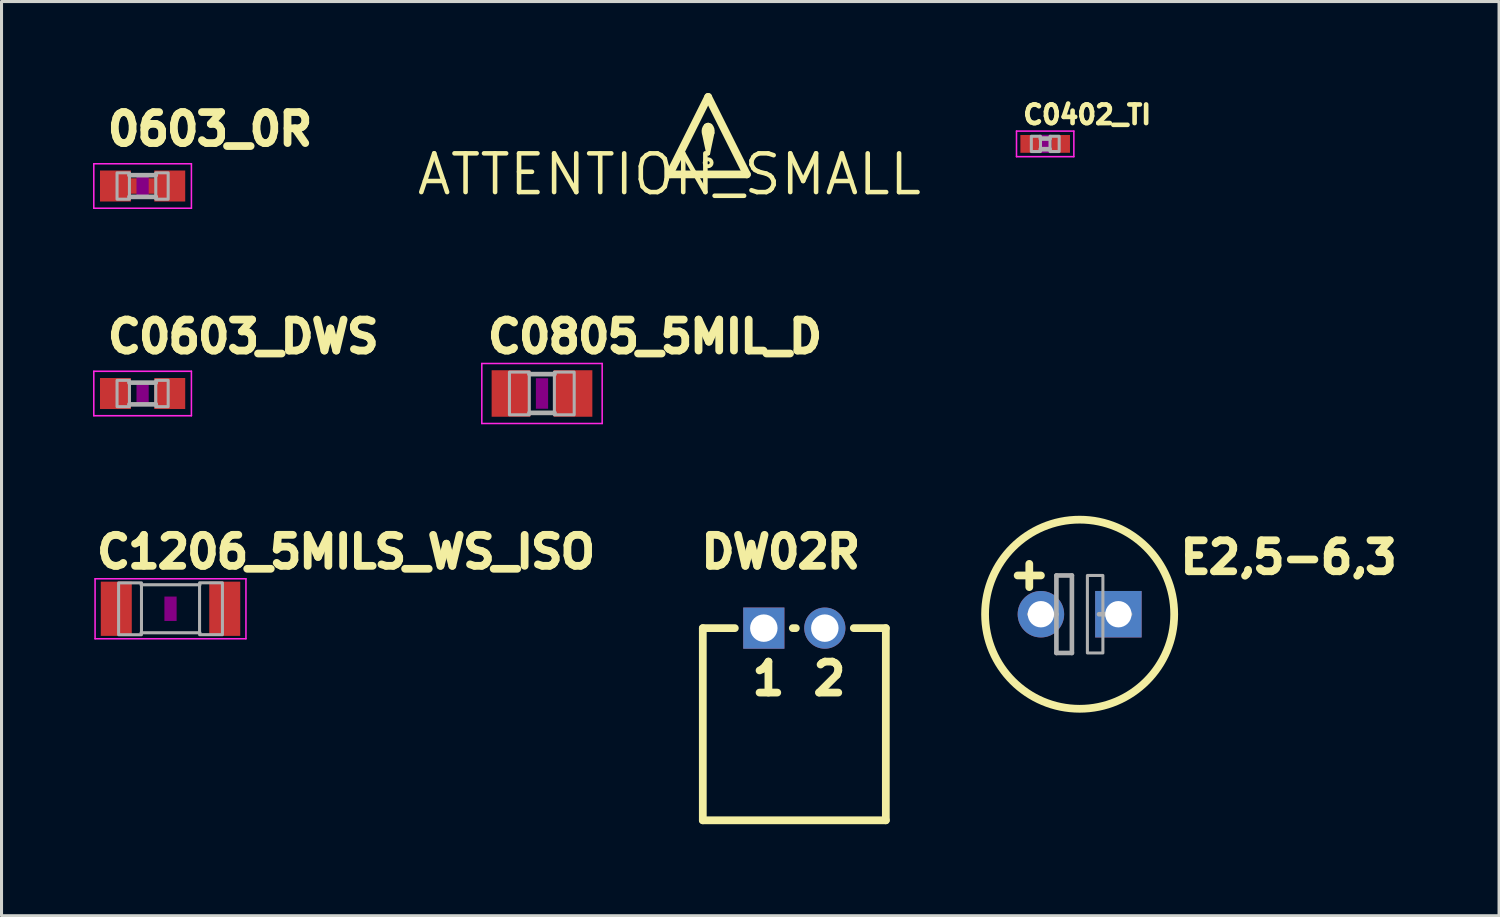
<source format=kicad_pcb>
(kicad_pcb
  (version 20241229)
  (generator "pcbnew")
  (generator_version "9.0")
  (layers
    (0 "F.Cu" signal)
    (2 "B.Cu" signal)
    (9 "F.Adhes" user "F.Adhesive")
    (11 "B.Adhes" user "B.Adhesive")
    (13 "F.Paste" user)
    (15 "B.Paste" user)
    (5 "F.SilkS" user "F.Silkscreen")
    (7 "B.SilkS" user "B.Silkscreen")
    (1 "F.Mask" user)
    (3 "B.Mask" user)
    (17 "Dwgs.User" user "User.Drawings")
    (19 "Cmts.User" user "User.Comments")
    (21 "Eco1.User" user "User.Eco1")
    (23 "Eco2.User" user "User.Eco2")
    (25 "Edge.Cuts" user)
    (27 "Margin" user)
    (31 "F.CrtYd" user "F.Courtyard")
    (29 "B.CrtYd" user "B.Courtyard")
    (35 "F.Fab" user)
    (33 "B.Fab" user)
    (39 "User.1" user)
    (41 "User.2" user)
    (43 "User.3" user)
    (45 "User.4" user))
  (footprint "DW02R"
    (layer "F.Cu")
    (at 22.99 17.542)
    (property "Reference" "DW02R" (at -3.175 -1.905 0) (layer "F.SilkS") (effects (font (size 1.016 1.016) (thickness 0.254)) (justify left bottom)))
    (fp_line (start -3 0) (end -1.95 0) (stroke (width 0.254) (type solid)) (layer "F.SilkS"))
    (fp_line (start -3 6.3) (end -3 0) (stroke (width 0.254) (type solid)) (layer "F.SilkS"))
    (fp_line (start -0.05 0) (end 0.05 0) (stroke (width 0.254) (type solid)) (layer "F.SilkS"))
    (fp_line (start 1.95 0) (end 3 0) (stroke (width 0.254) (type solid)) (layer "F.SilkS"))
    (fp_line (start 3 0) (end 3 6.3) (stroke (width 0.254) (type solid)) (layer "F.SilkS"))
    (fp_line (start 3 6.3) (end -3 6.3) (stroke (width 0.254) (type solid)) (layer "F.SilkS"))
    (fp_text user "2" (at 0.5 2.25 0) (layer "F.SilkS") (effects (font (size 1.016 1.016) (thickness 0.254)) (justify left bottom)))
    (fp_text user "1" (at -1.5 2.25 0) (layer "F.SilkS") (effects (font (size 1.016 1.016) (thickness 0.254)) (justify left bottom)))
    (pad "1" thru_hole rect (at -1 0) (size 1.35 1.35) (drill 0.9) (layers "*.Cu" "*.Mask"))
    (pad "2" thru_hole circle (at 1 0) (size 1.35 1.35) (drill 0.9) (layers "*.Cu" "*.Mask")))
  (footprint "ATTENTION_SMALL"
    (layer "F.Cu")
    (at 18.895 2.667)
    (property "Reference" "ATTENTION_SMALL" (at 0 0 0) (layer "F.SilkS") (effects (font (size 1.27 1.27) (thickness 0.15))))
    (fp_line (start 0 0) (end 1.27 -2.54) (stroke (width 0.254) (type solid)) (layer "F.SilkS"))
    (fp_line (start 1.219 -1.575) (end 1.219 -1.143) (stroke (width 0.127) (type solid)) (layer "F.SilkS"))
    (fp_line (start 1.27 -2.54) (end 2.54 0) (stroke (width 0.254) (type solid)) (layer "F.SilkS"))
    (fp_line (start 1.27 -1.626) (end 1.27 -0.686) (stroke (width 0.127) (type solid)) (layer "F.SilkS"))
    (fp_line (start 1.27 -0.686) (end 1.127 -1.359) (stroke (width 0.127) (type solid)) (layer "F.SilkS"))
    (fp_line (start 1.28 -1.626) (end 1.26 -1.626) (stroke (width 0.127) (type solid)) (layer "F.SilkS"))
    (fp_line (start 1.321 -1.549) (end 1.321 -1.092) (stroke (width 0.127) (type solid)) (layer "F.SilkS"))
    (fp_line (start 1.413 -1.359) (end 1.27 -0.686) (stroke (width 0.127) (type solid)) (layer "F.SilkS"))
    (fp_line (start 2.54 0) (end 0 0) (stroke (width 0.254) (type solid)) (layer "F.SilkS"))
    (fp_arc (start 1.1271 -1.359) (mid 1.128703 -1.488452) (end 1.1939 -1.6003) (stroke (width 0.127) (type solid)) (layer "F.SilkS"))
    (fp_arc (start 1.1939 -1.6003) (mid 1.234631 -1.621565) (end 1.280401 -1.625599) (stroke (width 0.127) (type solid)) (layer "F.SilkS"))
    (fp_arc (start 1.2596 -1.6256) (mid 1.305371 -1.621565) (end 1.346101 -1.600299) (stroke (width 0.127) (type solid)) (layer "F.SilkS"))
    (fp_arc (start 1.3461 -1.6003) (mid 1.411297 -1.488452) (end 1.4129 -1.358999) (stroke (width 0.127) (type solid)) (layer "F.SilkS"))
    (fp_circle (center 1.27 -0.381) (end 1.321 -0.381) (stroke (width 0.127) (type solid)) (fill no) (layer "F.SilkS")))
  (footprint "C1206_5MILS_WS_ISO"
    (layer "F.Cu")
    (at 2.54 16.907)
    (property "Reference" "C1206_5MILS_WS_ISO" (at -2.54 -1.27 0) (layer "F.SilkS") (effects (font (size 1.016 1.016) (thickness 0.254)) (justify left bottom)))
    (fp_poly (pts (xy -0.2 0.4) (xy 0.2 0.4) (xy 0.2 -0.4) (xy -0.2 -0.4)) (stroke (width 0) (type solid)) (fill yes) (layer "F.Adhes"))
    (fp_line (start -2.473 -0.983) (end 2.473 -0.983) (stroke (width 0.051) (type solid)) (layer "F.CrtYd"))
    (fp_line (start -2.473 0.983) (end -2.473 -0.983) (stroke (width 0.051) (type solid)) (layer "F.CrtYd"))
    (fp_line (start 2.473 -0.983) (end 2.473 0.983) (stroke (width 0.051) (type solid)) (layer "F.CrtYd"))
    (fp_line (start 2.473 0.983) (end -2.473 0.983) (stroke (width 0.051) (type solid)) (layer "F.CrtYd"))
    (fp_line (start -0.965 -0.787) (end 0.965 -0.787) (stroke (width 0.102) (type solid)) (layer "F.Fab"))
    (fp_line (start -0.965 0.787) (end 0.965 0.787) (stroke (width 0.102) (type solid)) (layer "F.Fab"))
    (fp_poly (pts (xy -1.702 0.851) (xy -0.952 0.851) (xy -0.952 -0.849) (xy -1.702 -0.849)) (stroke (width 0.1) (type solid)) (fill no) (layer "F.Fab"))
    (fp_poly (pts (xy 0.952 0.849) (xy 1.702 0.849) (xy 1.702 -0.851) (xy 0.952 -0.851)) (stroke (width 0.1) (type solid)) (fill no) (layer "F.Fab"))
    (pad "1" smd rect (at -1.778 0) (size 1.016 1.778) (layers "F.Cu" "F.Mask" "F.Paste"))
    (pad "2" smd rect (at 1.778 0) (size 1.016 1.778) (layers "F.Cu" "F.Mask" "F.Paste")))
  (footprint "C0805_5MIL_D"
    (layer "F.Cu")
    (at 14.718 9.85)
    (property "Reference" "C0805_5MIL_D" (at -1.905 -1.27 0) (layer "F.SilkS") (effects (font (size 1.016 1.016) (thickness 0.254)) (justify left bottom)))
    (fp_poly (pts (xy -0.2 0.5) (xy 0.2 0.5) (xy 0.2 -0.5) (xy -0.2 -0.5)) (stroke (width 0) (type solid)) (fill yes) (layer "F.Adhes"))
    (fp_line (start -1.973 -0.983) (end 1.973 -0.983) (stroke (width 0.051) (type solid)) (layer "F.CrtYd"))
    (fp_line (start -1.973 0.983) (end -1.973 -0.983) (stroke (width 0.051) (type solid)) (layer "F.CrtYd"))
    (fp_line (start 1.973 -0.983) (end 1.973 0.983) (stroke (width 0.051) (type solid)) (layer "F.CrtYd"))
    (fp_line (start 1.973 0.983) (end -1.973 0.983) (stroke (width 0.051) (type solid)) (layer "F.CrtYd"))
    (fp_line (start -0.41 -0.635) (end 0.41 -0.635) (stroke (width 0.152) (type solid)) (layer "F.Fab"))
    (fp_line (start -0.41 0.635) (end 0.41 0.635) (stroke (width 0.152) (type solid)) (layer "F.Fab"))
    (fp_poly (pts (xy -1.067 0.699) (xy -0.417 0.699) (xy -0.417 -0.702) (xy -1.067 -0.702)) (stroke (width 0.1) (type solid)) (fill no) (layer "F.Fab"))
    (fp_poly (pts (xy 0.406 0.699) (xy 1.056 0.699) (xy 1.056 -0.702) (xy 0.406 -0.702)) (stroke (width 0.1) (type solid)) (fill no) (layer "F.Fab"))
    (pad "1" smd rect (at -1.016 0) (size 1.27 1.524) (layers "F.Cu" "F.Mask" "F.Paste"))
    (pad "2" smd rect (at 1.016 0) (size 1.27 1.524) (layers "F.Cu" "F.Mask" "F.Paste")))
  (footprint "0603_0R"
    (layer "F.Cu")
    (at 1.625 3.048)
    (property "Reference" "0603_0R" (at -1.27 -1.27 0) (layer "F.SilkS") (effects (font (size 1.016 1.016) (thickness 0.254)) (justify left bottom)))
    (fp_poly (pts (xy -0.406 0.254) (xy 0.406 0.254) (xy 0.406 -0.254) (xy -0.406 -0.254)) (stroke (width 0) (type solid)) (fill yes) (layer "F.Cu"))
    (fp_poly (pts (xy -0.2 0.4) (xy 0.2 0.4) (xy 0.2 -0.4) (xy -0.2 -0.4)) (stroke (width 0) (type solid)) (fill yes) (layer "F.Adhes"))
    (fp_line (start -1.6 -0.729) (end 1.6 -0.729) (stroke (width 0.051) (type solid)) (layer "F.CrtYd"))
    (fp_line (start -1.6 0.729) (end -1.6 -0.729) (stroke (width 0.051) (type solid)) (layer "F.CrtYd"))
    (fp_line (start 1.6 -0.729) (end 1.6 0.729) (stroke (width 0.051) (type solid)) (layer "F.CrtYd"))
    (fp_line (start 1.6 0.729) (end -1.6 0.729) (stroke (width 0.051) (type solid)) (layer "F.CrtYd"))
    (fp_line (start -0.432 0.356) (end 0.432 0.356) (stroke (width 0.152) (type solid)) (layer "F.Fab"))
    (fp_line (start 0.432 -0.356) (end -0.432 -0.356) (stroke (width 0.152) (type solid)) (layer "F.Fab"))
    (fp_poly (pts (xy -0.838 0.432) (xy -0.432 0.432) (xy -0.432 -0.432) (xy -0.838 -0.432)) (stroke (width 0.1) (type solid)) (fill no) (layer "F.Fab"))
    (fp_poly (pts (xy 0.432 0.432) (xy 0.838 0.432) (xy 0.838 -0.432) (xy 0.432 -0.432)) (stroke (width 0.1) (type solid)) (fill no) (layer "F.Fab"))
    (pad "1" smd rect (at -0.889 0) (size 1.016 1.016) (layers "F.Cu" "F.Mask"))
    (pad "2" smd rect (at 0.889 0) (size 1.016 1.016) (layers "F.Cu" "F.Mask")))
  (footprint "C0402_TI"
    (layer "F.Cu")
    (at 31.214 1.667)
    (property "Reference" "C0402_TI" (at -0.8 -0.6 0) (layer "F.SilkS") (effects (font (size 0.61 0.61) (thickness 0.203)) (justify left bottom)))
    (fp_poly (pts (xy -0.2 0.3) (xy 0.2 0.3) (xy 0.2 -0.3) (xy -0.2 -0.3)) (stroke (width 0) (type solid)) (fill yes) (layer "F.Adhes"))
    (fp_line (start -0.94 -0.419) (end 0.94 -0.419) (stroke (width 0.051) (type solid)) (layer "F.CrtYd"))
    (fp_line (start -0.94 0.419) (end -0.94 -0.419) (stroke (width 0.051) (type solid)) (layer "F.CrtYd"))
    (fp_line (start 0.94 -0.419) (end 0.94 0.419) (stroke (width 0.051) (type solid)) (layer "F.CrtYd"))
    (fp_line (start 0.94 0.419) (end -0.94 0.419) (stroke (width 0.051) (type solid)) (layer "F.CrtYd"))
    (fp_line (start -0.145 -0.174) (end 0.145 -0.174) (stroke (width 0.152) (type solid)) (layer "F.Fab"))
    (fp_line (start 0.145 0.174) (end -0.145 0.174) (stroke (width 0.152) (type solid)) (layer "F.Fab"))
    (fp_poly (pts (xy -0.454 0.25) (xy -0.154 0.25) (xy -0.154 -0.25) (xy -0.454 -0.25)) (stroke (width 0.1) (type solid)) (fill no) (layer "F.Fab"))
    (fp_poly (pts (xy 0.159 0.25) (xy 0.459 0.25) (xy 0.459 -0.25) (xy 0.159 -0.25)) (stroke (width 0.1) (type solid)) (fill no) (layer "F.Fab"))
    (pad "1" smd rect (at -0.508 0) (size 0.61 0.584) (layers "F.Cu" "F.Mask" "F.Paste"))
    (pad "2" smd rect (at 0.508 0) (size 0.61 0.584) (layers "F.Cu" "F.Mask" "F.Paste")))
  (footprint "C0603_DWS"
    (layer "F.Cu")
    (at 1.625 9.85)
    (property "Reference" "C0603_DWS" (at -1.27 -1.27 0) (layer "F.SilkS") (effects (font (size 1.016 1.016) (thickness 0.254)) (justify left bottom)))
    (fp_poly (pts (xy -0.2 0.4) (xy 0.2 0.4) (xy 0.2 -0.4) (xy -0.2 -0.4)) (stroke (width 0) (type solid)) (fill yes) (layer "F.Adhes"))
    (fp_line (start -1.6 -0.729) (end 1.6 -0.729) (stroke (width 0.051) (type solid)) (layer "F.CrtYd"))
    (fp_line (start -1.6 0.729) (end -1.6 -0.729) (stroke (width 0.051) (type solid)) (layer "F.CrtYd"))
    (fp_line (start 1.6 -0.729) (end 1.6 0.729) (stroke (width 0.051) (type solid)) (layer "F.CrtYd"))
    (fp_line (start 1.6 0.729) (end -1.6 0.729) (stroke (width 0.051) (type solid)) (layer "F.CrtYd"))
    (fp_line (start -0.432 0.356) (end 0.432 0.356) (stroke (width 0.152) (type solid)) (layer "F.Fab"))
    (fp_line (start 0.432 -0.356) (end -0.432 -0.356) (stroke (width 0.152) (type solid)) (layer "F.Fab"))
    (fp_poly (pts (xy -0.838 0.432) (xy -0.432 0.432) (xy -0.432 -0.432) (xy -0.838 -0.432)) (stroke (width 0.1) (type solid)) (fill no) (layer "F.Fab"))
    (fp_poly (pts (xy 0.432 0.432) (xy 0.838 0.432) (xy 0.838 -0.432) (xy 0.432 -0.432)) (stroke (width 0.1) (type solid)) (fill no) (layer "F.Fab"))
    (pad "1" smd rect (at -0.889 0) (size 1.016 1.016) (layers "F.Cu" "F.Mask" "F.Paste"))
    (pad "2" smd rect (at 0.889 0) (size 1.016 1.016) (layers "F.Cu" "F.Mask" "F.Paste")))
  (footprint "E2,5-6,3"
    (layer "F.Cu")
    (at 32.344 17.086)
    (property "Reference" "E2,5-6,3" (at 3.175 -1.27 0) (layer "F.SilkS") (effects (font (size 1.016 1.016) (thickness 0.254)) (justify left bottom)))
    (fp_line (start -2.032 -1.27) (end -1.651 -1.27) (stroke (width 0.254) (type solid)) (layer "F.SilkS"))
    (fp_line (start -1.651 -1.27) (end -1.651 -1.651) (stroke (width 0.254) (type solid)) (layer "F.SilkS"))
    (fp_line (start -1.651 -1.27) (end -1.27 -1.27) (stroke (width 0.254) (type solid)) (layer "F.SilkS"))
    (fp_line (start -1.651 -0.889) (end -1.651 -1.27) (stroke (width 0.254) (type solid)) (layer "F.SilkS"))
    (fp_circle (center 0 0) (end 3.1 0) (stroke (width 0.254) (type solid)) (fill no) (layer "F.SilkS"))
    (fp_line (start -1.651 0) (end -0.762 0) (stroke (width 0.152) (type solid)) (layer "F.Fab"))
    (fp_line (start -0.762 -1.27) (end -0.762 0) (stroke (width 0.152) (type solid)) (layer "F.Fab"))
    (fp_line (start -0.762 0) (end -0.762 1.27) (stroke (width 0.152) (type solid)) (layer "F.Fab"))
    (fp_line (start -0.762 1.27) (end -0.254 1.27) (stroke (width 0.152) (type solid)) (layer "F.Fab"))
    (fp_line (start -0.254 -1.27) (end -0.762 -1.27) (stroke (width 0.152) (type solid)) (layer "F.Fab"))
    (fp_line (start -0.254 1.27) (end -0.254 -1.27) (stroke (width 0.152) (type solid)) (layer "F.Fab"))
    (fp_line (start 0.635 0) (end 1.651 0) (stroke (width 0.152) (type solid)) (layer "F.Fab"))
    (fp_poly (pts (xy 0.254 1.27) (xy 0.762 1.27) (xy 0.762 -1.27) (xy 0.254 -1.27)) (stroke (width 0.1) (type solid)) (fill no) (layer "F.Fab"))
    (pad "+" thru_hole circle (at -1.27 0) (size 1.524 1.524) (drill 0.864) (layers "*.Cu" "*.Mask"))
    (pad "-" thru_hole rect (at 1.27 0) (size 1.524 1.524) (drill 0.864) (layers "*.Cu" "*.Mask")))
  (gr_rect
    (start -3 -3)
    (end 46.093 26.969)
    (stroke (width 0.1) (type default))
    (fill no)
    (layer "Edge.Cuts")))
</source>
